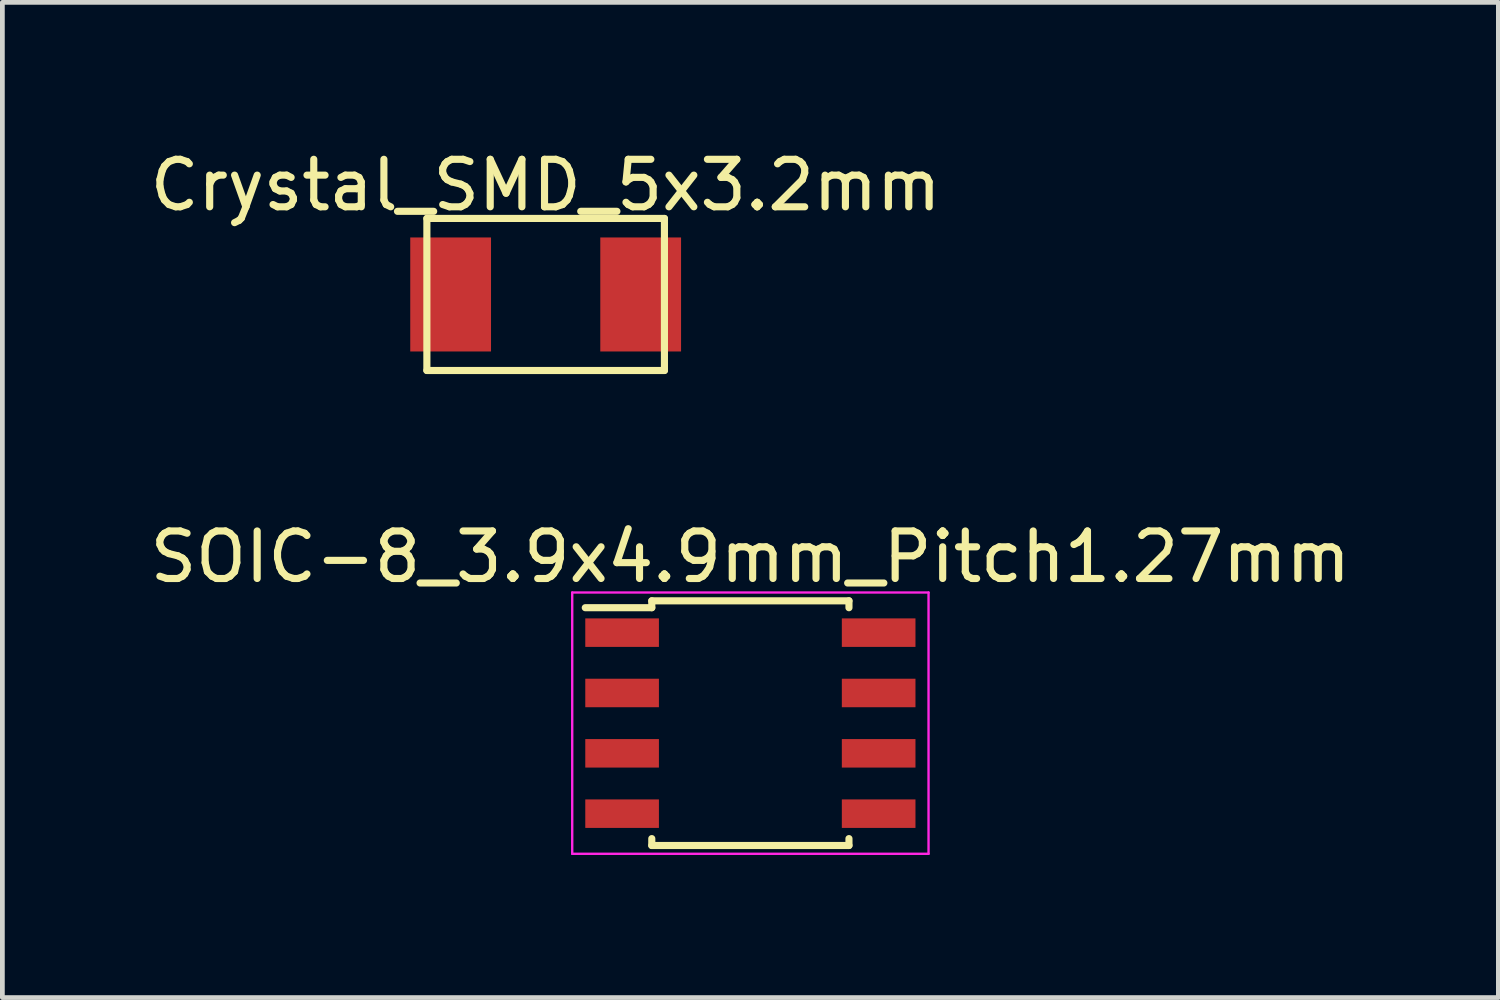
<source format=kicad_pcb>
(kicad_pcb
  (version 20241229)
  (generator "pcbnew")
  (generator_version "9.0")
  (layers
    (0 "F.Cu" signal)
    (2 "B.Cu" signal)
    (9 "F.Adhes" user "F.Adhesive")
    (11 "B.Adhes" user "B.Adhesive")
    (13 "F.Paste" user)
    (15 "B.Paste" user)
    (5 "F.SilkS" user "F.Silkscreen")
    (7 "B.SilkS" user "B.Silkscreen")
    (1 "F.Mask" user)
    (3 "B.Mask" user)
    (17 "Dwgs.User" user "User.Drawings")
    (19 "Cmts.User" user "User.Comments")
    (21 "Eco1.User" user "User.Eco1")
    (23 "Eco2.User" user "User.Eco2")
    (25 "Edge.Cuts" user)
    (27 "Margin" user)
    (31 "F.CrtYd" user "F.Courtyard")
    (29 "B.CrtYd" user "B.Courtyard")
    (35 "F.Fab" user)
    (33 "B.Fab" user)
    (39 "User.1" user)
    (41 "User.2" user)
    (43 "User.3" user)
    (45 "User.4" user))
  (footprint "SOIC-8_3.9x4.9mm_Pitch1.27mm"
    (layer "F.Cu")
    (at 12.744 12.171)
    (property "Reference" "SOIC-8_3.9x4.9mm_Pitch1.27mm" (at 0 -3.5 0) (layer "F.SilkS") (effects (font (size 1 1) (thickness 0.15))))
    (attr smd)
    (fp_line (start -2.075 -2.575) (end -2.075 -2.43) (stroke (width 0.15) (type solid)) (layer "F.SilkS"))
    (fp_line (start -2.075 -2.575) (end 2.075 -2.575) (stroke (width 0.15) (type solid)) (layer "F.SilkS"))
    (fp_line (start -2.075 -2.43) (end -3.475 -2.43) (stroke (width 0.15) (type solid)) (layer "F.SilkS"))
    (fp_line (start -2.075 2.575) (end -2.075 2.43) (stroke (width 0.15) (type solid)) (layer "F.SilkS"))
    (fp_line (start -2.075 2.575) (end 2.075 2.575) (stroke (width 0.15) (type solid)) (layer "F.SilkS"))
    (fp_line (start 2.075 -2.575) (end 2.075 -2.43) (stroke (width 0.15) (type solid)) (layer "F.SilkS"))
    (fp_line (start 2.075 2.575) (end 2.075 2.43) (stroke (width 0.15) (type solid)) (layer "F.SilkS"))
    (fp_line (start -3.75 -2.75) (end -3.75 2.75) (stroke (width 0.05) (type solid)) (layer "F.CrtYd"))
    (fp_line (start -3.75 -2.75) (end 3.75 -2.75) (stroke (width 0.05) (type solid)) (layer "F.CrtYd"))
    (fp_line (start -3.75 2.75) (end 3.75 2.75) (stroke (width 0.05) (type solid)) (layer "F.CrtYd"))
    (fp_line (start 3.75 -2.75) (end 3.75 2.75) (stroke (width 0.05) (type solid)) (layer "F.CrtYd"))
    (pad "1" smd rect (at -2.7 -1.905) (size 1.55 0.6) (layers "F.Cu" "F.Mask" "F.Paste"))
    (pad "2" smd rect (at -2.7 -0.635) (size 1.55 0.6) (layers "F.Cu" "F.Mask" "F.Paste"))
    (pad "3" smd rect (at -2.7 0.635) (size 1.55 0.6) (layers "F.Cu" "F.Mask" "F.Paste"))
    (pad "4" smd rect (at -2.7 1.905) (size 1.55 0.6) (layers "F.Cu" "F.Mask" "F.Paste"))
    (pad "5" smd rect (at 2.7 1.905) (size 1.55 0.6) (layers "F.Cu" "F.Mask" "F.Paste"))
    (pad "6" smd rect (at 2.7 0.635) (size 1.55 0.6) (layers "F.Cu" "F.Mask" "F.Paste"))
    (pad "7" smd rect (at 2.7 -0.635) (size 1.55 0.6) (layers "F.Cu" "F.Mask" "F.Paste"))
    (pad "8" smd rect (at 2.7 -1.905) (size 1.55 0.6) (layers "F.Cu" "F.Mask" "F.Paste")))
  (footprint "Crystal_SMD_5x3.2mm"
    (layer "F.Cu")
    (at 8.435 3.148)
    (property "Reference" "Crystal_SMD_5x3.2mm" (at 0 -2.3 0) (layer "F.SilkS") (effects (font (size 1 1) (thickness 0.15))))
    (attr smd)
    (fp_line (start -2.5 -1.6) (end 2.5 -1.6) (stroke (width 0.15) (type solid)) (layer "F.SilkS"))
    (fp_line (start -2.5 1.6) (end -2.5 -1.6) (stroke (width 0.15) (type solid)) (layer "F.SilkS"))
    (fp_line (start 2.5 -1.6) (end 2.5 1.6) (stroke (width 0.15) (type solid)) (layer "F.SilkS"))
    (fp_line (start 2.5 1.6) (end -2.5 1.6) (stroke (width 0.15) (type solid)) (layer "F.SilkS"))
    (pad "1" smd rect (at -2 0) (size 1.7 2.4) (layers "F.Cu" "F.Mask" "F.Paste"))
    (pad "2" smd rect (at 2 0) (size 1.7 2.4) (layers "F.Cu" "F.Mask" "F.Paste")))
  (gr_rect
    (start -3 -3)
    (end 28.488 17.947)
    (stroke (width 0.1) (type default))
    (fill no)
    (layer "Edge.Cuts")))
</source>
